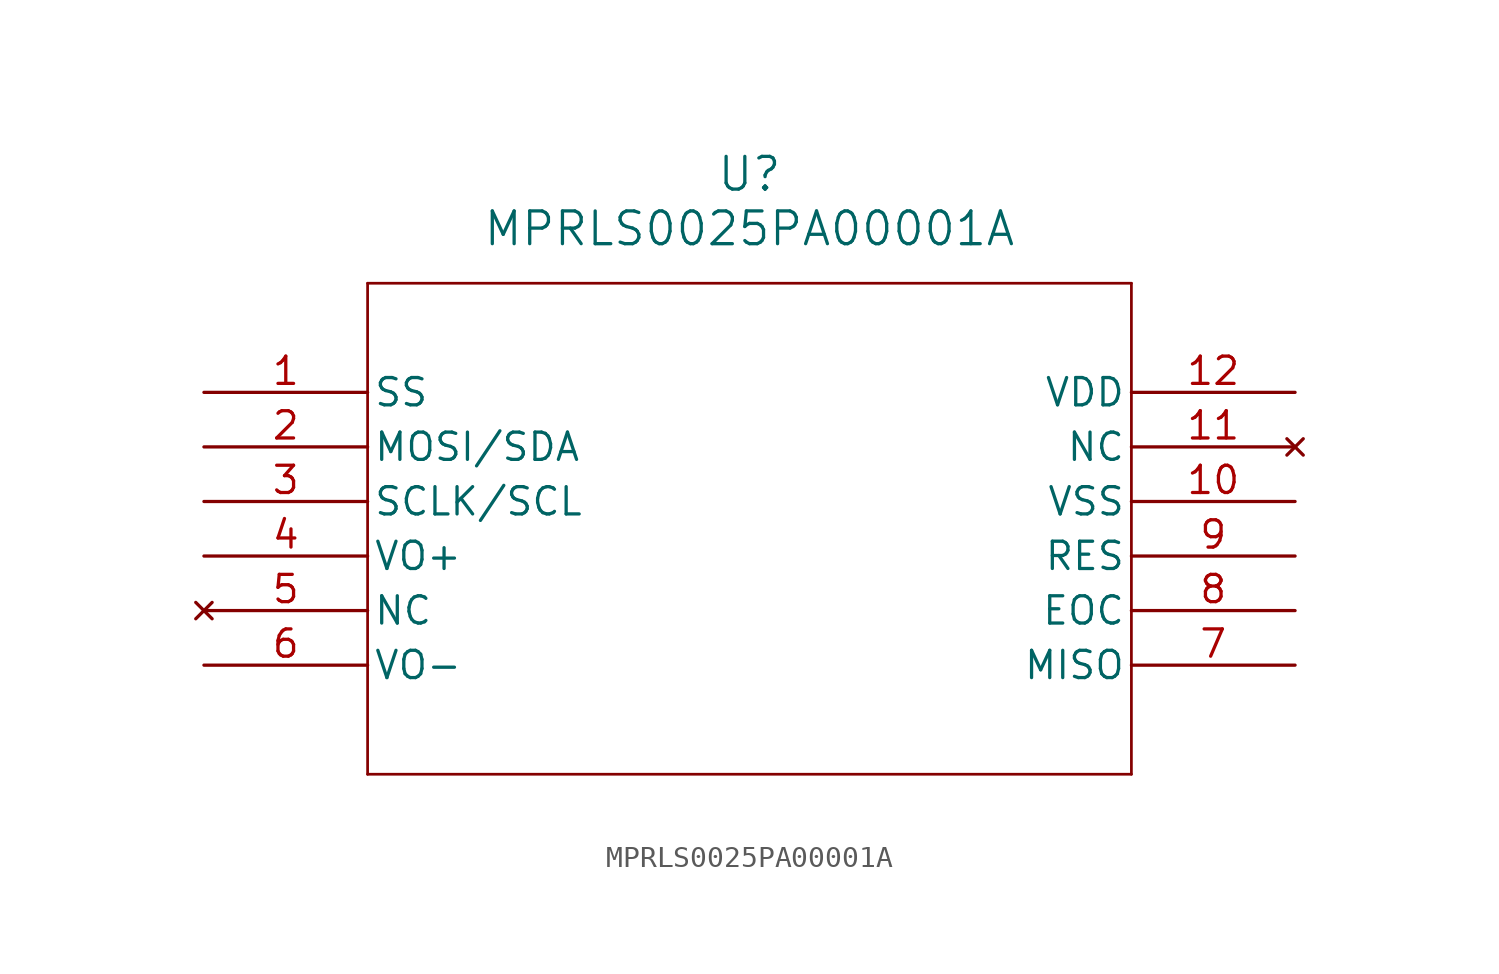
<source format=kicad_sym>
(kicad_symbol_lib
  (version 20211014)
  (generator kicad_symbol_editor)
  (symbol "MPRLS0025PA00001A"
    (pin_names
      (offset 0.254))
    (property "Reference" "U"
      (at 25.4 10.16 0)
      (effects (font (size 1.524 1.524))))
    (property "Value" "MPRLS0025PA00001A"
      (at 25.4 7.62 0)
      (effects (font (size 1.524 1.524))))
    (symbol "MPRLS0025PA00001A_0_1"
      (polyline (pts (xy 7.62 5.08) (xy 7.62 -17.78)) (stroke (width 0.127) (type default) (color 0 0 0 0)) (fill (type none)))
      (polyline (pts (xy 7.62 -17.78) (xy 43.18 -17.78)) (stroke (width 0.127) (type default) (color 0 0 0 0)) (fill (type none)))
      (polyline (pts (xy 43.18 -17.78) (xy 43.18 5.08)) (stroke (width 0.127) (type default) (color 0 0 0 0)) (fill (type none)))
      (polyline (pts (xy 43.18 5.08) (xy 7.62 5.08)) (stroke (width 0.127) (type default) (color 0 0 0 0)) (fill (type none)))
      (pin unspecified line (at 0 0 0) (length 7.62) (name "SS" (effects (font (size 1.27 1.27)))) (number "1" (effects (font (size 1.27 1.27)))))
      (pin bidirectional line (at 0 -2.54 0) (length 7.62) (name "MOSI/SDA" (effects (font (size 1.27 1.27)))) (number "2" (effects (font (size 1.27 1.27)))))
      (pin input line (at 0 -5.08 0) (length 7.62) (name "SCLK/SCL" (effects (font (size 1.27 1.27)))) (number "3" (effects (font (size 1.27 1.27)))))
      (pin output line (at 0 -7.62 0) (length 7.62) (name "VO+" (effects (font (size 1.27 1.27)))) (number "4" (effects (font (size 1.27 1.27)))))
      (pin no_connect line (at 0 -10.16 0) (length 7.62) (name "NC" (effects (font (size 1.27 1.27)))) (number "5" (effects (font (size 1.27 1.27)))))
      (pin output line (at 0 -12.7 0) (length 7.62) (name "VO-" (effects (font (size 1.27 1.27)))) (number "6" (effects (font (size 1.27 1.27)))))
      (pin output line (at 50.8 -12.7 180) (length 7.62) (name "MISO" (effects (font (size 1.27 1.27)))) (number "7" (effects (font (size 1.27 1.27)))))
      (pin unspecified line (at 50.8 -10.16 180) (length 7.62) (name "EOC" (effects (font (size 1.27 1.27)))) (number "8" (effects (font (size 1.27 1.27)))))
      (pin unspecified line (at 50.8 -7.62 180) (length 7.62) (name "RES" (effects (font (size 1.27 1.27)))) (number "9" (effects (font (size 1.27 1.27)))))
      (pin power_out line (at 50.8 -5.08 180) (length 7.62) (name "VSS" (effects (font (size 1.27 1.27)))) (number "10" (effects (font (size 1.27 1.27)))))
      (pin no_connect line (at 50.8 -2.54 180) (length 7.62) (name "NC" (effects (font (size 1.27 1.27)))) (number "11" (effects (font (size 1.27 1.27)))))
      (pin power_in line (at 50.8 0 180) (length 7.62) (name "VDD" (effects (font (size 1.27 1.27)))) (number "12" (effects (font (size 1.27 1.27))))))))
</source>
